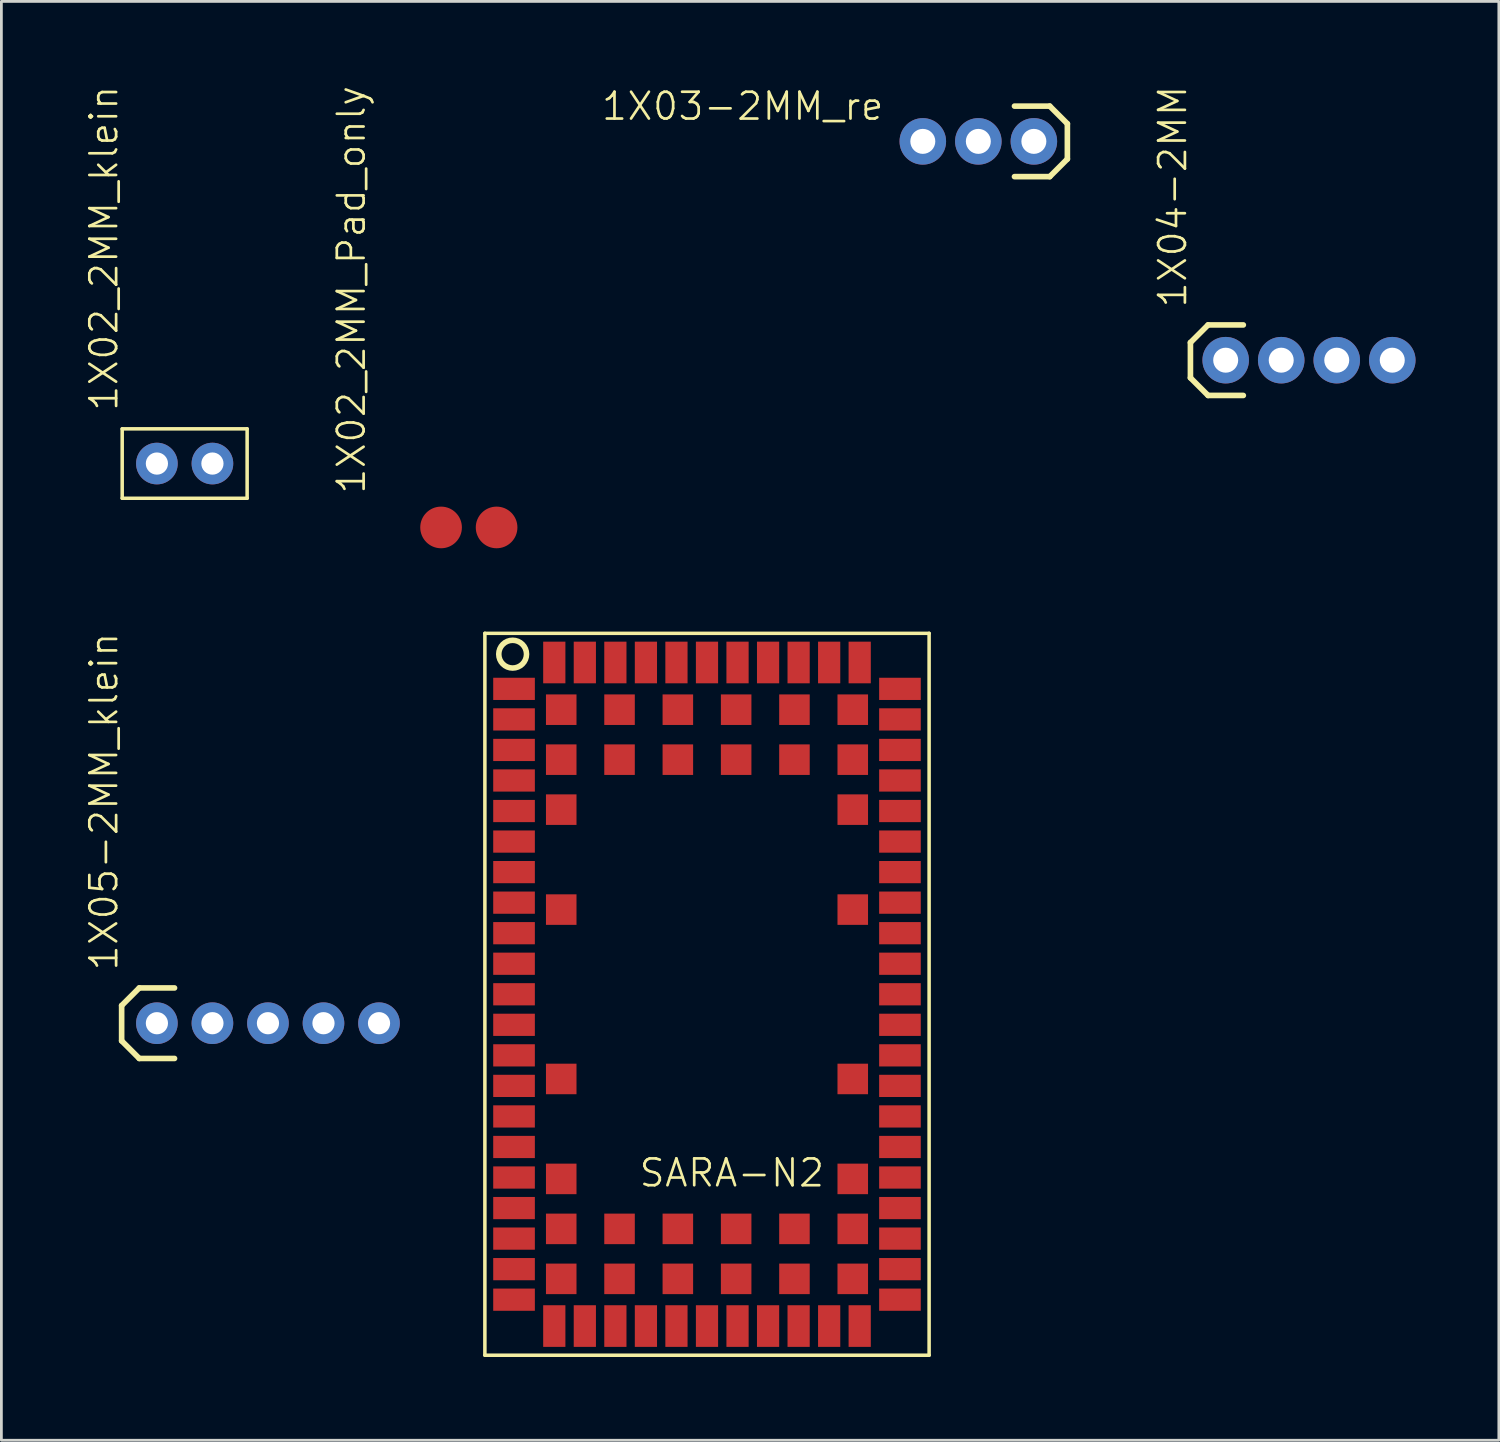
<source format=kicad_pcb>
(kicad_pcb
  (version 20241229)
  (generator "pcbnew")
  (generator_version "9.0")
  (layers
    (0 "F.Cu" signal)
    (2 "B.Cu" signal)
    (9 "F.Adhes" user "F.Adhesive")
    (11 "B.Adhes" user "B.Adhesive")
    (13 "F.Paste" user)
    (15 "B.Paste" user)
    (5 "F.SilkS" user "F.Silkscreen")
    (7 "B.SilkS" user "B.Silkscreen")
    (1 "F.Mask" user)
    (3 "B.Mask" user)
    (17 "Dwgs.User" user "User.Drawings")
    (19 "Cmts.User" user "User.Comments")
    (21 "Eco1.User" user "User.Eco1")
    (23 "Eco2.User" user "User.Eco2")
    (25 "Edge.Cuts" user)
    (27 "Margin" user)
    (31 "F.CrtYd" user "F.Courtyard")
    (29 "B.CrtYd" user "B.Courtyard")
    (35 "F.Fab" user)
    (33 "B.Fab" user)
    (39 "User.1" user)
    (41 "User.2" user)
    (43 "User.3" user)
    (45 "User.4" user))
  (footprint "1X02_2MM_klein"
    (layer "F.Cu")
    (at 2.601 13.646)
    (property "Reference" "1X02_2MM_klein" (at -1.346 -1.829 270) (layer "F.SilkS") (effects (font (size 0.965 0.965) (thickness 0.097)) (justify left bottom)))
    (attr through_hole)
    (fp_line (start -1.25 -1.25) (end 3.25 -1.25) (stroke (width 0.127) (type solid)) (layer "F.SilkS"))
    (fp_line (start -1.25 1.25) (end -1.25 -1.25) (stroke (width 0.127) (type solid)) (layer "F.SilkS"))
    (fp_line (start 3.25 -1.25) (end 3.25 1.25) (stroke (width 0.127) (type solid)) (layer "F.SilkS"))
    (fp_line (start 3.25 1.25) (end -1.25 1.25) (stroke (width 0.127) (type solid)) (layer "F.SilkS"))
    (pad "1" thru_hole circle (at 0 0 90) (size 1.5 1.5) (drill 0.8) (layers "*.Cu" "*.Mask"))
    (pad "2" thru_hole circle (at 2 0 90) (size 1.5 1.5) (drill 0.8) (layers "*.Cu" "*.Mask")))
  (footprint "1X02_2MM_Pad_only"
    (layer "F.Cu")
    (at 12.836 15.947)
    (property "Reference" "1X02_2MM_Pad_only" (at -2.667 -1.143 270) (layer "F.SilkS") (effects (font (size 0.965 0.965) (thickness 0.097)) (justify left bottom)))
    (attr smd)
    (pad "1" smd circle (at 0 0 90) (size 1.5 1.5) (layers "F.Cu" "F.Mask"))
    (pad "2" smd circle (at 2 0 90) (size 1.5 1.5) (layers "F.Cu" "F.Mask")))
  (footprint "1X04-2MM"
    (layer "F.Cu")
    (at 41.096 9.923)
    (property "Reference" "1X04-2MM" (at -1.346 -1.829 90) (layer "F.SilkS") (effects (font (size 0.965 0.965) (thickness 0.097)) (justify left bottom)))
    (attr through_hole)
    (fp_line (start -1.27 -0.635) (end -1.27 0.635) (stroke (width 0.203) (type solid)) (layer "F.SilkS"))
    (fp_line (start -1.27 0.635) (end -0.635 1.27) (stroke (width 0.203) (type solid)) (layer "F.SilkS"))
    (fp_line (start -0.635 -1.27) (end -1.27 -0.635) (stroke (width 0.203) (type solid)) (layer "F.SilkS"))
    (fp_line (start -0.635 -1.27) (end 0.635 -1.27) (stroke (width 0.203) (type solid)) (layer "F.SilkS"))
    (fp_line (start 0.635 1.27) (end -0.635 1.27) (stroke (width 0.203) (type solid)) (layer "F.SilkS"))
    (pad "1" thru_hole circle (at 0 0 90) (size 1.676 1.676) (drill 0.9) (layers "*.Cu" "*.Mask"))
    (pad "2" thru_hole circle (at 2 0 90) (size 1.676 1.676) (drill 0.9) (layers "*.Cu" "*.Mask"))
    (pad "3" thru_hole circle (at 4 0 90) (size 1.676 1.676) (drill 0.9) (layers "*.Cu" "*.Mask"))
    (pad "4" thru_hole circle (at 6 0 90) (size 1.676 1.676) (drill 0.9) (layers "*.Cu" "*.Mask")))
  (footprint "1X03-2MM_re"
    (layer "F.Cu")
    (at 30.187 2.042)
    (property "Reference" "1X03-2MM_re" (at -1.346 -1.829 180) (layer "F.SilkS") (effects (font (size 0.965 0.965) (thickness 0.097)) (justify right top)))
    (attr through_hole)
    (fp_line (start 3.302 -1.27) (end 4.572 -1.27) (stroke (width 0.203) (type solid)) (layer "F.SilkS"))
    (fp_line (start 4.572 1.27) (end 3.302 1.27) (stroke (width 0.203) (type solid)) (layer "F.SilkS"))
    (fp_line (start 4.572 1.27) (end 5.207 0.635) (stroke (width 0.203) (type solid)) (layer "F.SilkS"))
    (fp_line (start 5.207 -0.635) (end 4.572 -1.27) (stroke (width 0.203) (type solid)) (layer "F.SilkS"))
    (fp_line (start 5.207 0.635) (end 5.207 -0.635) (stroke (width 0.203) (type solid)) (layer "F.SilkS"))
    (pad "1" thru_hole circle (at 0 0 90) (size 1.676 1.676) (drill 0.9) (layers "*.Cu" "*.Mask"))
    (pad "2" thru_hole circle (at 2 0 90) (size 1.676 1.676) (drill 0.9) (layers "*.Cu" "*.Mask"))
    (pad "3" thru_hole circle (at 4 0 90) (size 1.676 1.676) (drill 0.9) (layers "*.Cu" "*.Mask")))
  (footprint "SARA-N2"
    (layer "F.Cu")
    (at 22.414 21.761)
    (property "Reference" "SARA-N2" (at -2.5 18 0) (layer "F.SilkS") (effects (font (size 0.965 0.965) (thickness 0.097)) (justify left bottom)))
    (attr through_hole)
    (fp_line (start -8 -2) (end 8 -2) (stroke (width 0.127) (type solid)) (layer "F.SilkS"))
    (fp_line (start -8 24) (end -8 -2) (stroke (width 0.127) (type solid)) (layer "F.SilkS"))
    (fp_line (start 8 -2) (end 8 24) (stroke (width 0.127) (type solid)) (layer "F.SilkS"))
    (fp_line (start 8 24) (end -8 24) (stroke (width 0.127) (type solid)) (layer "F.SilkS"))
    (fp_circle (center -7 -1.25) (end -6.5 -1.25) (stroke (width 0.2) (type solid)) (fill no) (layer "F.SilkS"))
    (pad "1" smd rect (at -6.95 0 90) (size 0.8 1.5) (layers "F.Cu" "F.Mask" "F.Paste"))
    (pad "2" smd rect (at -6.95 1.1 90) (size 0.8 1.5) (layers "F.Cu" "F.Mask" "F.Paste"))
    (pad "3" smd rect (at -6.95 2.2 90) (size 0.8 1.5) (layers "F.Cu" "F.Mask" "F.Paste"))
    (pad "4" smd rect (at -6.95 3.3 90) (size 0.8 1.5) (layers "F.Cu" "F.Mask" "F.Paste"))
    (pad "5" smd rect (at -6.95 4.4 90) (size 0.8 1.5) (layers "F.Cu" "F.Mask" "F.Paste"))
    (pad "6" smd rect (at -6.95 5.5 90) (size 0.8 1.5) (layers "F.Cu" "F.Mask" "F.Paste"))
    (pad "7" smd rect (at -6.95 6.6 90) (size 0.8 1.5) (layers "F.Cu" "F.Mask" "F.Paste"))
    (pad "8" smd rect (at -6.95 7.7 90) (size 0.8 1.5) (layers "F.Cu" "F.Mask" "F.Paste"))
    (pad "9" smd rect (at -6.95 8.8 90) (size 0.8 1.5) (layers "F.Cu" "F.Mask" "F.Paste"))
    (pad "10" smd rect (at -6.95 9.9 90) (size 0.8 1.5) (layers "F.Cu" "F.Mask" "F.Paste"))
    (pad "11" smd rect (at -6.95 11 90) (size 0.8 1.5) (layers "F.Cu" "F.Mask" "F.Paste"))
    (pad "12" smd rect (at -6.95 12.1 90) (size 0.8 1.5) (layers "F.Cu" "F.Mask" "F.Paste"))
    (pad "13" smd rect (at -6.95 13.2 90) (size 0.8 1.5) (layers "F.Cu" "F.Mask" "F.Paste"))
    (pad "14" smd rect (at -6.95 14.3 90) (size 0.8 1.5) (layers "F.Cu" "F.Mask" "F.Paste"))
    (pad "15" smd rect (at -6.95 15.4 90) (size 0.8 1.5) (layers "F.Cu" "F.Mask" "F.Paste"))
    (pad "16" smd rect (at -6.95 16.5 90) (size 0.8 1.5) (layers "F.Cu" "F.Mask" "F.Paste"))
    (pad "17" smd rect (at -6.95 17.6 90) (size 0.8 1.5) (layers "F.Cu" "F.Mask" "F.Paste"))
    (pad "18" smd rect (at -6.95 18.7 90) (size 0.8 1.5) (layers "F.Cu" "F.Mask" "F.Paste"))
    (pad "19" smd rect (at -6.95 19.8 90) (size 0.8 1.5) (layers "F.Cu" "F.Mask" "F.Paste"))
    (pad "20" smd rect (at -6.95 20.9 90) (size 0.8 1.5) (layers "F.Cu" "F.Mask" "F.Paste"))
    (pad "21" smd rect (at -6.95 22 90) (size 0.8 1.5) (layers "F.Cu" "F.Mask" "F.Paste"))
    (pad "22" smd rect (at -5.5 22.95) (size 0.8 1.5) (layers "F.Cu" "F.Mask" "F.Paste"))
    (pad "23" smd rect (at -4.4 22.95) (size 0.8 1.5) (layers "F.Cu" "F.Mask" "F.Paste"))
    (pad "24" smd rect (at -3.3 22.95) (size 0.8 1.5) (layers "F.Cu" "F.Mask" "F.Paste"))
    (pad "25" smd rect (at -2.2 22.95) (size 0.8 1.5) (layers "F.Cu" "F.Mask" "F.Paste"))
    (pad "26" smd rect (at -1.1 22.95) (size 0.8 1.5) (layers "F.Cu" "F.Mask" "F.Paste"))
    (pad "27" smd rect (at 0 22.95) (size 0.8 1.5) (layers "F.Cu" "F.Mask" "F.Paste"))
    (pad "28" smd rect (at 1.1 22.95) (size 0.8 1.5) (layers "F.Cu" "F.Mask" "F.Paste"))
    (pad "29" smd rect (at 2.2 22.95) (size 0.8 1.5) (layers "F.Cu" "F.Mask" "F.Paste"))
    (pad "30" smd rect (at 3.3 22.95) (size 0.8 1.5) (layers "F.Cu" "F.Mask" "F.Paste"))
    (pad "31" smd rect (at 4.4 22.95) (size 0.8 1.5) (layers "F.Cu" "F.Mask" "F.Paste"))
    (pad "32" smd rect (at 5.5 22.95) (size 0.8 1.5) (layers "F.Cu" "F.Mask" "F.Paste"))
    (pad "33" smd rect (at 6.95 22 90) (size 0.8 1.5) (layers "F.Cu" "F.Mask" "F.Paste"))
    (pad "34" smd rect (at 6.95 20.9 90) (size 0.8 1.5) (layers "F.Cu" "F.Mask" "F.Paste"))
    (pad "35" smd rect (at 6.95 19.8 90) (size 0.8 1.5) (layers "F.Cu" "F.Mask" "F.Paste"))
    (pad "36" smd rect (at 6.95 18.7 90) (size 0.8 1.5) (layers "F.Cu" "F.Mask" "F.Paste"))
    (pad "37" smd rect (at 6.95 17.6 90) (size 0.8 1.5) (layers "F.Cu" "F.Mask" "F.Paste"))
    (pad "38" smd rect (at 6.95 16.5 90) (size 0.8 1.5) (layers "F.Cu" "F.Mask" "F.Paste"))
    (pad "39" smd rect (at 6.95 15.4 90) (size 0.8 1.5) (layers "F.Cu" "F.Mask" "F.Paste"))
    (pad "40" smd rect (at 6.95 14.3 90) (size 0.8 1.5) (layers "F.Cu" "F.Mask" "F.Paste"))
    (pad "41" smd rect (at 6.95 13.2 90) (size 0.8 1.5) (layers "F.Cu" "F.Mask" "F.Paste"))
    (pad "42" smd rect (at 6.95 12.1 90) (size 0.8 1.5) (layers "F.Cu" "F.Mask" "F.Paste"))
    (pad "43" smd rect (at 6.95 11 90) (size 0.8 1.5) (layers "F.Cu" "F.Mask" "F.Paste"))
    (pad "44" smd rect (at 6.95 9.9 90) (size 0.8 1.5) (layers "F.Cu" "F.Mask" "F.Paste"))
    (pad "45" smd rect (at 6.95 8.8 90) (size 0.8 1.5) (layers "F.Cu" "F.Mask" "F.Paste"))
    (pad "46" smd rect (at 6.95 7.7 90) (size 0.8 1.5) (layers "F.Cu" "F.Mask" "F.Paste"))
    (pad "47" smd rect (at 6.95 6.6 90) (size 0.8 1.5) (layers "F.Cu" "F.Mask" "F.Paste"))
    (pad "48" smd rect (at 6.95 5.5 90) (size 0.8 1.5) (layers "F.Cu" "F.Mask" "F.Paste"))
    (pad "49" smd rect (at 6.95 4.4 90) (size 0.8 1.5) (layers "F.Cu" "F.Mask" "F.Paste"))
    (pad "50" smd rect (at 6.95 3.3 90) (size 0.8 1.5) (layers "F.Cu" "F.Mask" "F.Paste"))
    (pad "51" smd rect (at 6.95 2.2 90) (size 0.8 1.5) (layers "F.Cu" "F.Mask" "F.Paste"))
    (pad "52" smd rect (at 6.95 1.1 90) (size 0.8 1.5) (layers "F.Cu" "F.Mask" "F.Paste"))
    (pad "53" smd rect (at 6.95 0 90) (size 0.8 1.5) (layers "F.Cu" "F.Mask" "F.Paste"))
    (pad "54" smd rect (at 5.5 -0.95) (size 0.8 1.5) (layers "F.Cu" "F.Mask" "F.Paste"))
    (pad "55" smd rect (at 4.4 -0.95) (size 0.8 1.5) (layers "F.Cu" "F.Mask" "F.Paste"))
    (pad "56" smd rect (at 3.3 -0.95) (size 0.8 1.5) (layers "F.Cu" "F.Mask" "F.Paste"))
    (pad "57" smd rect (at 2.2 -0.95) (size 0.8 1.5) (layers "F.Cu" "F.Mask" "F.Paste"))
    (pad "58" smd rect (at 1.1 -0.95) (size 0.8 1.5) (layers "F.Cu" "F.Mask" "F.Paste"))
    (pad "59" smd rect (at 0 -0.95) (size 0.8 1.5) (layers "F.Cu" "F.Mask" "F.Paste"))
    (pad "60" smd rect (at -1.1 -0.95) (size 0.8 1.5) (layers "F.Cu" "F.Mask" "F.Paste"))
    (pad "61" smd rect (at -2.2 -0.95) (size 0.8 1.5) (layers "F.Cu" "F.Mask" "F.Paste"))
    (pad "62" smd rect (at -3.3 -0.95) (size 0.8 1.5) (layers "F.Cu" "F.Mask" "F.Paste"))
    (pad "63" smd rect (at -4.4 -0.95) (size 0.8 1.5) (layers "F.Cu" "F.Mask" "F.Paste"))
    (pad "64" smd rect (at -5.5 -0.95) (size 0.8 1.5) (layers "F.Cu" "F.Mask" "F.Paste"))
    (pad "65" smd rect (at -5.25 0.75) (size 1.1 1.1) (layers "F.Cu" "F.Mask" "F.Paste"))
    (pad "66" smd rect (at -3.15 0.75) (size 1.1 1.1) (layers "F.Cu" "F.Mask" "F.Paste"))
    (pad "67" smd rect (at -1.05 0.75) (size 1.1 1.1) (layers "F.Cu" "F.Mask" "F.Paste"))
    (pad "68" smd rect (at 1.05 0.75) (size 1.1 1.1) (layers "F.Cu" "F.Mask" "F.Paste"))
    (pad "69" smd rect (at 3.15 0.75) (size 1.1 1.1) (layers "F.Cu" "F.Mask" "F.Paste"))
    (pad "70" smd rect (at 5.25 0.75) (size 1.1 1.1) (layers "F.Cu" "F.Mask" "F.Paste"))
    (pad "71" smd rect (at -5.25 2.55) (size 1.1 1.1) (layers "F.Cu" "F.Mask" "F.Paste"))
    (pad "72" smd rect (at -3.15 2.55) (size 1.1 1.1) (layers "F.Cu" "F.Mask" "F.Paste"))
    (pad "73" smd rect (at -1.05 2.55) (size 1.1 1.1) (layers "F.Cu" "F.Mask" "F.Paste"))
    (pad "74" smd rect (at 1.05 2.55) (size 1.1 1.1) (layers "F.Cu" "F.Mask" "F.Paste"))
    (pad "75" smd rect (at 3.15 2.55) (size 1.1 1.1) (layers "F.Cu" "F.Mask" "F.Paste"))
    (pad "76" smd rect (at 5.25 2.55) (size 1.1 1.1) (layers "F.Cu" "F.Mask" "F.Paste"))
    (pad "77" smd rect (at -5.25 4.35) (size 1.1 1.1) (layers "F.Cu" "F.Mask" "F.Paste"))
    (pad "78" smd rect (at 5.25 4.35) (size 1.1 1.1) (layers "F.Cu" "F.Mask" "F.Paste"))
    (pad "79" smd rect (at -5.25 7.95) (size 1.1 1.1) (layers "F.Cu" "F.Mask" "F.Paste"))
    (pad "80" smd rect (at 5.25 7.95) (size 1.1 1.1) (layers "F.Cu" "F.Mask" "F.Paste"))
    (pad "81" smd rect (at -5.25 14.05) (size 1.1 1.1) (layers "F.Cu" "F.Mask" "F.Paste"))
    (pad "82" smd rect (at 5.25 14.05) (size 1.1 1.1) (layers "F.Cu" "F.Mask" "F.Paste"))
    (pad "83" smd rect (at -5.25 17.65) (size 1.1 1.1) (layers "F.Cu" "F.Mask" "F.Paste"))
    (pad "84" smd rect (at 5.25 17.65) (size 1.1 1.1) (layers "F.Cu" "F.Mask" "F.Paste"))
    (pad "85" smd rect (at -5.25 19.45) (size 1.1 1.1) (layers "F.Cu" "F.Mask" "F.Paste"))
    (pad "86" smd rect (at -3.15 19.45) (size 1.1 1.1) (layers "F.Cu" "F.Mask" "F.Paste"))
    (pad "87" smd rect (at -1.05 19.45) (size 1.1 1.1) (layers "F.Cu" "F.Mask" "F.Paste"))
    (pad "88" smd rect (at 1.05 19.45) (size 1.1 1.1) (layers "F.Cu" "F.Mask" "F.Paste"))
    (pad "89" smd rect (at 3.15 19.45) (size 1.1 1.1) (layers "F.Cu" "F.Mask" "F.Paste"))
    (pad "90" smd rect (at 5.25 19.45) (size 1.1 1.1) (layers "F.Cu" "F.Mask" "F.Paste"))
    (pad "91" smd rect (at -5.25 21.25) (size 1.1 1.1) (layers "F.Cu" "F.Mask" "F.Paste"))
    (pad "92" smd rect (at -3.15 21.25) (size 1.1 1.1) (layers "F.Cu" "F.Mask" "F.Paste"))
    (pad "93" smd rect (at -1.05 21.25) (size 1.1 1.1) (layers "F.Cu" "F.Mask" "F.Paste"))
    (pad "94" smd rect (at 1.05 21.25) (size 1.1 1.1) (layers "F.Cu" "F.Mask" "F.Paste"))
    (pad "95" smd rect (at 3.15 21.25) (size 1.1 1.1) (layers "F.Cu" "F.Mask" "F.Paste"))
    (pad "96" smd rect (at 5.25 21.25) (size 1.1 1.1) (layers "F.Cu" "F.Mask" "F.Paste")))
  (footprint "1X05-2MM_klein"
    (layer "F.Cu")
    (at 2.601 33.803)
    (property "Reference" "1X05-2MM_klein" (at -1.346 -1.829 90) (layer "F.SilkS") (effects (font (size 0.965 0.965) (thickness 0.097)) (justify left bottom)))
    (attr through_hole)
    (fp_line (start -1.27 -0.635) (end -1.27 0.635) (stroke (width 0.203) (type solid)) (layer "F.SilkS"))
    (fp_line (start -1.27 0.635) (end -0.635 1.27) (stroke (width 0.203) (type solid)) (layer "F.SilkS"))
    (fp_line (start -0.635 -1.27) (end -1.27 -0.635) (stroke (width 0.203) (type solid)) (layer "F.SilkS"))
    (fp_line (start -0.635 -1.27) (end 0.635 -1.27) (stroke (width 0.203) (type solid)) (layer "F.SilkS"))
    (fp_line (start 0.635 1.27) (end -0.635 1.27) (stroke (width 0.203) (type solid)) (layer "F.SilkS"))
    (pad "1" thru_hole circle (at 0 0 90) (size 1.5 1.5) (drill 0.8) (layers "*.Cu" "*.Mask"))
    (pad "2" thru_hole circle (at 2 0 90) (size 1.5 1.5) (drill 0.8) (layers "*.Cu" "*.Mask"))
    (pad "3" thru_hole circle (at 4 0 90) (size 1.5 1.5) (drill 0.8) (layers "*.Cu" "*.Mask"))
    (pad "4" thru_hole circle (at 6 0 90) (size 1.5 1.5) (drill 0.8) (layers "*.Cu" "*.Mask"))
    (pad "5" thru_hole circle (at 8 0 90) (size 1.5 1.5) (drill 0.8) (layers "*.Cu" "*.Mask")))
  (gr_rect
    (start -3 -3)
    (end 50.934 48.824)
    (stroke (width 0.1) (type default))
    (fill no)
    (layer "Edge.Cuts")))
</source>
